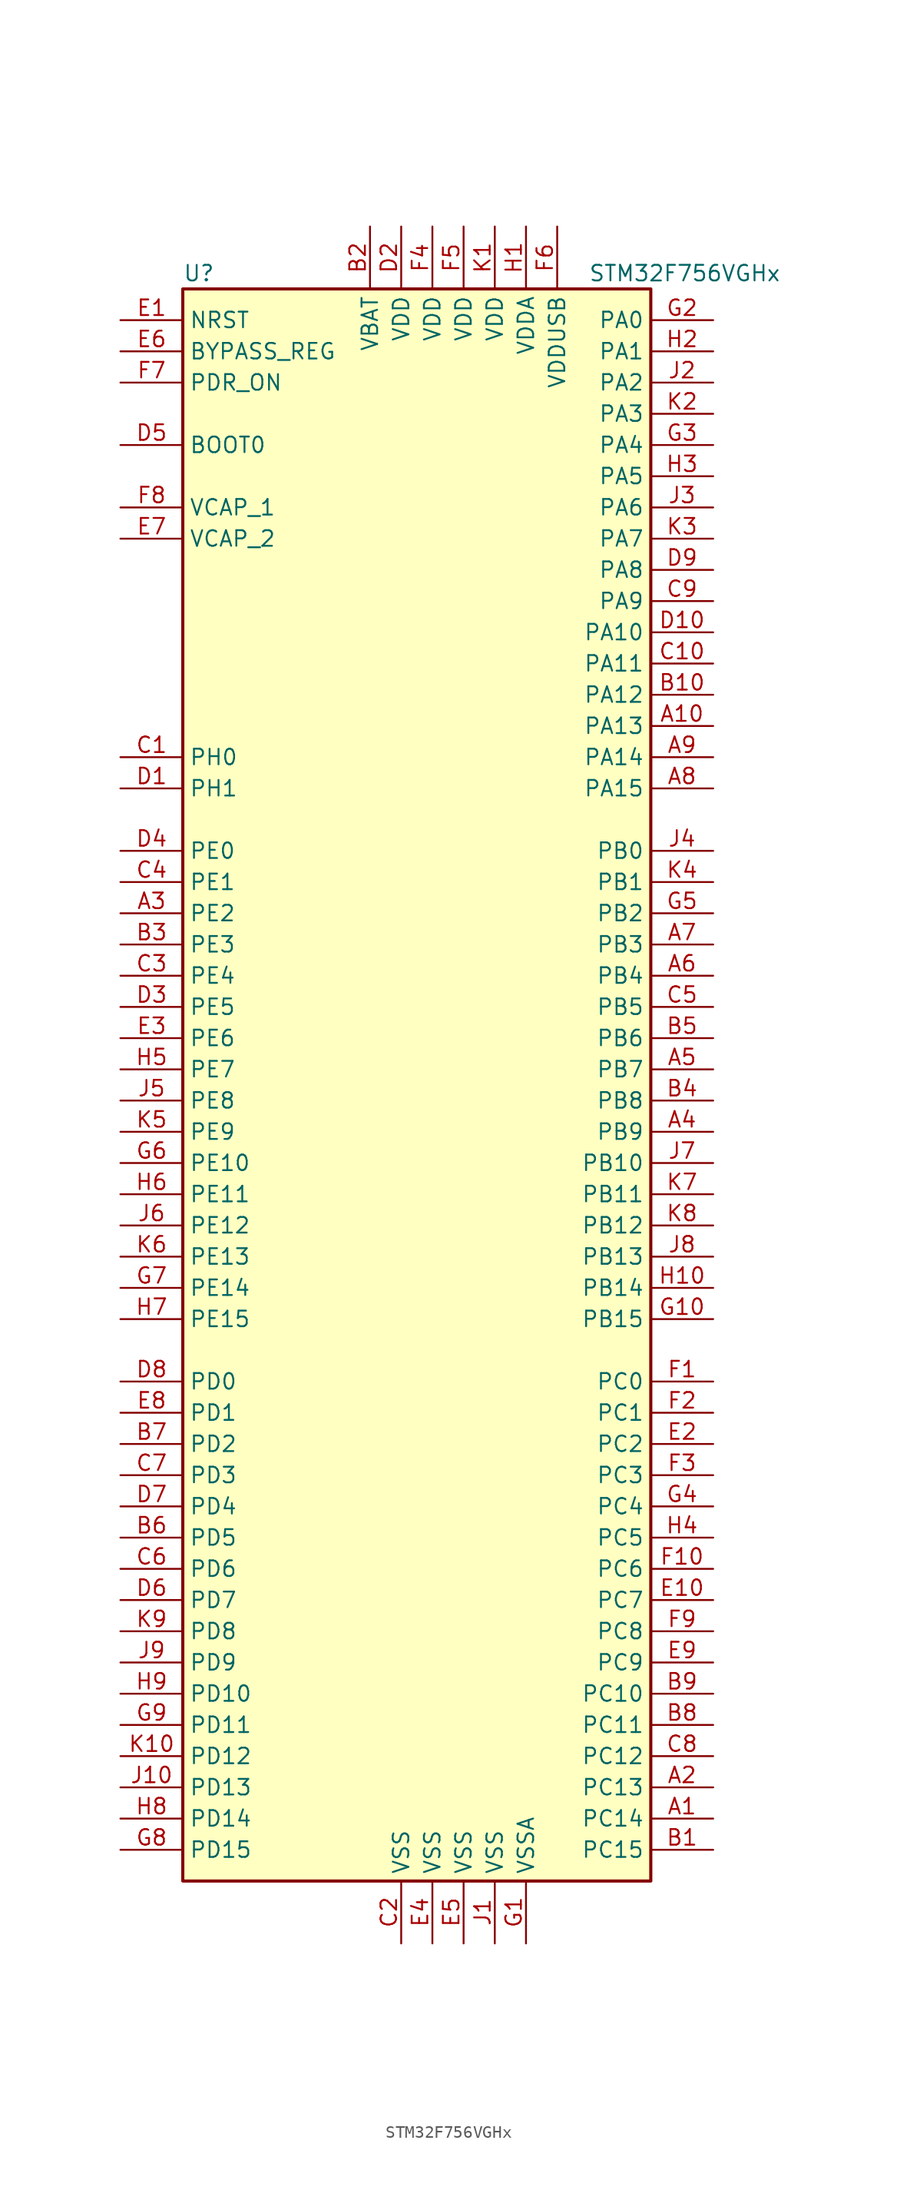
<source format=kicad_sym>
(kicad_symbol_lib
  (version 20201005)
  (generator kicad_symbol_editor)
  (symbol "STM32F756VGHx"
    (property "Reference" "U"
      (at -20.32 64.77 0)
      (effects (font (size 1.27 1.27)) (justify left)))
    (property "Value" "STM32F756VGHx"
      (at 12.7 64.77 0)
      (effects (font (size 1.27 1.27)) (justify left)))
    (symbol "STM32F756VGHx_0_1"
      (rectangle (start -20.32 -66.04) (end 17.78 63.5) (stroke (width 0.254)) (fill (type background))))
    (symbol "STM32F756VGHx_1_1"
      (pin bidirectional line (at 22.86 -60.96 180) (length 5.08) (name "PC14" (effects (font (size 1.27 1.27)))) (number "A1" (effects (font (size 1.27 1.27)))))
      (pin bidirectional line (at 22.86 27.94 180) (length 5.08) (name "PA13" (effects (font (size 1.27 1.27)))) (number "A10" (effects (font (size 1.27 1.27)))))
      (pin bidirectional line (at 22.86 -58.42 180) (length 5.08) (name "PC13" (effects (font (size 1.27 1.27)))) (number "A2" (effects (font (size 1.27 1.27)))))
      (pin bidirectional line (at -25.4 12.7 0) (length 5.08) (name "PE2" (effects (font (size 1.27 1.27)))) (number "A3" (effects (font (size 1.27 1.27)))))
      (pin bidirectional line (at 22.86 -5.08 180) (length 5.08) (name "PB9" (effects (font (size 1.27 1.27)))) (number "A4" (effects (font (size 1.27 1.27)))))
      (pin bidirectional line (at 22.86 0 180) (length 5.08) (name "PB7" (effects (font (size 1.27 1.27)))) (number "A5" (effects (font (size 1.27 1.27)))))
      (pin bidirectional line (at 22.86 7.62 180) (length 5.08) (name "PB4" (effects (font (size 1.27 1.27)))) (number "A6" (effects (font (size 1.27 1.27)))))
      (pin bidirectional line (at 22.86 10.16 180) (length 5.08) (name "PB3" (effects (font (size 1.27 1.27)))) (number "A7" (effects (font (size 1.27 1.27)))))
      (pin bidirectional line (at 22.86 22.86 180) (length 5.08) (name "PA15" (effects (font (size 1.27 1.27)))) (number "A8" (effects (font (size 1.27 1.27)))))
      (pin bidirectional line (at 22.86 25.4 180) (length 5.08) (name "PA14" (effects (font (size 1.27 1.27)))) (number "A9" (effects (font (size 1.27 1.27)))))
      (pin bidirectional line (at 22.86 -63.5 180) (length 5.08) (name "PC15" (effects (font (size 1.27 1.27)))) (number "B1" (effects (font (size 1.27 1.27)))))
      (pin bidirectional line (at 22.86 30.48 180) (length 5.08) (name "PA12" (effects (font (size 1.27 1.27)))) (number "B10" (effects (font (size 1.27 1.27)))))
      (pin power_in line (at -5.08 68.58 270) (length 5.08) (name "VBAT" (effects (font (size 1.27 1.27)))) (number "B2" (effects (font (size 1.27 1.27)))))
      (pin bidirectional line (at -25.4 10.16 0) (length 5.08) (name "PE3" (effects (font (size 1.27 1.27)))) (number "B3" (effects (font (size 1.27 1.27)))))
      (pin bidirectional line (at 22.86 -2.54 180) (length 5.08) (name "PB8" (effects (font (size 1.27 1.27)))) (number "B4" (effects (font (size 1.27 1.27)))))
      (pin bidirectional line (at 22.86 2.54 180) (length 5.08) (name "PB6" (effects (font (size 1.27 1.27)))) (number "B5" (effects (font (size 1.27 1.27)))))
      (pin bidirectional line (at -25.4 -38.1 0) (length 5.08) (name "PD5" (effects (font (size 1.27 1.27)))) (number "B6" (effects (font (size 1.27 1.27)))))
      (pin bidirectional line (at -25.4 -30.48 0) (length 5.08) (name "PD2" (effects (font (size 1.27 1.27)))) (number "B7" (effects (font (size 1.27 1.27)))))
      (pin bidirectional line (at 22.86 -53.34 180) (length 5.08) (name "PC11" (effects (font (size 1.27 1.27)))) (number "B8" (effects (font (size 1.27 1.27)))))
      (pin bidirectional line (at 22.86 -50.8 180) (length 5.08) (name "PC10" (effects (font (size 1.27 1.27)))) (number "B9" (effects (font (size 1.27 1.27)))))
      (pin input line (at -25.4 25.4 0) (length 5.08) (name "PH0" (effects (font (size 1.27 1.27)))) (number "C1" (effects (font (size 1.27 1.27)))))
      (pin bidirectional line (at 22.86 33.02 180) (length 5.08) (name "PA11" (effects (font (size 1.27 1.27)))) (number "C10" (effects (font (size 1.27 1.27)))))
      (pin power_in line (at -2.54 -71.12 90) (length 5.08) (name "VSS" (effects (font (size 1.27 1.27)))) (number "C2" (effects (font (size 1.27 1.27)))))
      (pin bidirectional line (at -25.4 7.62 0) (length 5.08) (name "PE4" (effects (font (size 1.27 1.27)))) (number "C3" (effects (font (size 1.27 1.27)))))
      (pin bidirectional line (at -25.4 15.24 0) (length 5.08) (name "PE1" (effects (font (size 1.27 1.27)))) (number "C4" (effects (font (size 1.27 1.27)))))
      (pin bidirectional line (at 22.86 5.08 180) (length 5.08) (name "PB5" (effects (font (size 1.27 1.27)))) (number "C5" (effects (font (size 1.27 1.27)))))
      (pin bidirectional line (at -25.4 -40.64 0) (length 5.08) (name "PD6" (effects (font (size 1.27 1.27)))) (number "C6" (effects (font (size 1.27 1.27)))))
      (pin bidirectional line (at -25.4 -33.02 0) (length 5.08) (name "PD3" (effects (font (size 1.27 1.27)))) (number "C7" (effects (font (size 1.27 1.27)))))
      (pin bidirectional line (at 22.86 -55.88 180) (length 5.08) (name "PC12" (effects (font (size 1.27 1.27)))) (number "C8" (effects (font (size 1.27 1.27)))))
      (pin bidirectional line (at 22.86 38.1 180) (length 5.08) (name "PA9" (effects (font (size 1.27 1.27)))) (number "C9" (effects (font (size 1.27 1.27)))))
      (pin input line (at -25.4 22.86 0) (length 5.08) (name "PH1" (effects (font (size 1.27 1.27)))) (number "D1" (effects (font (size 1.27 1.27)))))
      (pin bidirectional line (at 22.86 35.56 180) (length 5.08) (name "PA10" (effects (font (size 1.27 1.27)))) (number "D10" (effects (font (size 1.27 1.27)))))
      (pin power_in line (at -2.54 68.58 270) (length 5.08) (name "VDD" (effects (font (size 1.27 1.27)))) (number "D2" (effects (font (size 1.27 1.27)))))
      (pin bidirectional line (at -25.4 5.08 0) (length 5.08) (name "PE5" (effects (font (size 1.27 1.27)))) (number "D3" (effects (font (size 1.27 1.27)))))
      (pin bidirectional line (at -25.4 17.78 0) (length 5.08) (name "PE0" (effects (font (size 1.27 1.27)))) (number "D4" (effects (font (size 1.27 1.27)))))
      (pin input line (at -25.4 50.8 0) (length 5.08) (name "BOOT0" (effects (font (size 1.27 1.27)))) (number "D5" (effects (font (size 1.27 1.27)))))
      (pin bidirectional line (at -25.4 -43.18 0) (length 5.08) (name "PD7" (effects (font (size 1.27 1.27)))) (number "D6" (effects (font (size 1.27 1.27)))))
      (pin bidirectional line (at -25.4 -35.56 0) (length 5.08) (name "PD4" (effects (font (size 1.27 1.27)))) (number "D7" (effects (font (size 1.27 1.27)))))
      (pin bidirectional line (at -25.4 -25.4 0) (length 5.08) (name "PD0" (effects (font (size 1.27 1.27)))) (number "D8" (effects (font (size 1.27 1.27)))))
      (pin bidirectional line (at 22.86 40.64 180) (length 5.08) (name "PA8" (effects (font (size 1.27 1.27)))) (number "D9" (effects (font (size 1.27 1.27)))))
      (pin input line (at -25.4 60.96 0) (length 5.08) (name "NRST" (effects (font (size 1.27 1.27)))) (number "E1" (effects (font (size 1.27 1.27)))))
      (pin bidirectional line (at 22.86 -43.18 180) (length 5.08) (name "PC7" (effects (font (size 1.27 1.27)))) (number "E10" (effects (font (size 1.27 1.27)))))
      (pin bidirectional line (at 22.86 -30.48 180) (length 5.08) (name "PC2" (effects (font (size 1.27 1.27)))) (number "E2" (effects (font (size 1.27 1.27)))))
      (pin bidirectional line (at -25.4 2.54 0) (length 5.08) (name "PE6" (effects (font (size 1.27 1.27)))) (number "E3" (effects (font (size 1.27 1.27)))))
      (pin power_in line (at 0 -71.12 90) (length 5.08) (name "VSS" (effects (font (size 1.27 1.27)))) (number "E4" (effects (font (size 1.27 1.27)))))
      (pin power_in line (at 2.54 -71.12 90) (length 5.08) (name "VSS" (effects (font (size 1.27 1.27)))) (number "E5" (effects (font (size 1.27 1.27)))))
      (pin input line (at -25.4 58.42 0) (length 5.08) (name "BYPASS_REG" (effects (font (size 1.27 1.27)))) (number "E6" (effects (font (size 1.27 1.27)))))
      (pin power_in line (at -25.4 43.18 0) (length 5.08) (name "VCAP_2" (effects (font (size 1.27 1.27)))) (number "E7" (effects (font (size 1.27 1.27)))))
      (pin bidirectional line (at -25.4 -27.94 0) (length 5.08) (name "PD1" (effects (font (size 1.27 1.27)))) (number "E8" (effects (font (size 1.27 1.27)))))
      (pin bidirectional line (at 22.86 -48.26 180) (length 5.08) (name "PC9" (effects (font (size 1.27 1.27)))) (number "E9" (effects (font (size 1.27 1.27)))))
      (pin bidirectional line (at 22.86 -25.4 180) (length 5.08) (name "PC0" (effects (font (size 1.27 1.27)))) (number "F1" (effects (font (size 1.27 1.27)))))
      (pin bidirectional line (at 22.86 -40.64 180) (length 5.08) (name "PC6" (effects (font (size 1.27 1.27)))) (number "F10" (effects (font (size 1.27 1.27)))))
      (pin bidirectional line (at 22.86 -27.94 180) (length 5.08) (name "PC1" (effects (font (size 1.27 1.27)))) (number "F2" (effects (font (size 1.27 1.27)))))
      (pin bidirectional line (at 22.86 -33.02 180) (length 5.08) (name "PC3" (effects (font (size 1.27 1.27)))) (number "F3" (effects (font (size 1.27 1.27)))))
      (pin power_in line (at 0 68.58 270) (length 5.08) (name "VDD" (effects (font (size 1.27 1.27)))) (number "F4" (effects (font (size 1.27 1.27)))))
      (pin power_in line (at 2.54 68.58 270) (length 5.08) (name "VDD" (effects (font (size 1.27 1.27)))) (number "F5" (effects (font (size 1.27 1.27)))))
      (pin power_in line (at 10.16 68.58 270) (length 5.08) (name "VDDUSB" (effects (font (size 1.27 1.27)))) (number "F6" (effects (font (size 1.27 1.27)))))
      (pin input line (at -25.4 55.88 0) (length 5.08) (name "PDR_ON" (effects (font (size 1.27 1.27)))) (number "F7" (effects (font (size 1.27 1.27)))))
      (pin power_in line (at -25.4 45.72 0) (length 5.08) (name "VCAP_1" (effects (font (size 1.27 1.27)))) (number "F8" (effects (font (size 1.27 1.27)))))
      (pin bidirectional line (at 22.86 -45.72 180) (length 5.08) (name "PC8" (effects (font (size 1.27 1.27)))) (number "F9" (effects (font (size 1.27 1.27)))))
      (pin power_in line (at 7.62 -71.12 90) (length 5.08) (name "VSSA" (effects (font (size 1.27 1.27)))) (number "G1" (effects (font (size 1.27 1.27)))))
      (pin bidirectional line (at 22.86 -20.32 180) (length 5.08) (name "PB15" (effects (font (size 1.27 1.27)))) (number "G10" (effects (font (size 1.27 1.27)))))
      (pin bidirectional line (at 22.86 60.96 180) (length 5.08) (name "PA0" (effects (font (size 1.27 1.27)))) (number "G2" (effects (font (size 1.27 1.27)))))
      (pin bidirectional line (at 22.86 50.8 180) (length 5.08) (name "PA4" (effects (font (size 1.27 1.27)))) (number "G3" (effects (font (size 1.27 1.27)))))
      (pin bidirectional line (at 22.86 -35.56 180) (length 5.08) (name "PC4" (effects (font (size 1.27 1.27)))) (number "G4" (effects (font (size 1.27 1.27)))))
      (pin bidirectional line (at 22.86 12.7 180) (length 5.08) (name "PB2" (effects (font (size 1.27 1.27)))) (number "G5" (effects (font (size 1.27 1.27)))))
      (pin bidirectional line (at -25.4 -7.62 0) (length 5.08) (name "PE10" (effects (font (size 1.27 1.27)))) (number "G6" (effects (font (size 1.27 1.27)))))
      (pin bidirectional line (at -25.4 -17.78 0) (length 5.08) (name "PE14" (effects (font (size 1.27 1.27)))) (number "G7" (effects (font (size 1.27 1.27)))))
      (pin bidirectional line (at -25.4 -63.5 0) (length 5.08) (name "PD15" (effects (font (size 1.27 1.27)))) (number "G8" (effects (font (size 1.27 1.27)))))
      (pin bidirectional line (at -25.4 -53.34 0) (length 5.08) (name "PD11" (effects (font (size 1.27 1.27)))) (number "G9" (effects (font (size 1.27 1.27)))))
      (pin power_in line (at 7.62 68.58 270) (length 5.08) (name "VDDA" (effects (font (size 1.27 1.27)))) (number "H1" (effects (font (size 1.27 1.27)))))
      (pin bidirectional line (at 22.86 -17.78 180) (length 5.08) (name "PB14" (effects (font (size 1.27 1.27)))) (number "H10" (effects (font (size 1.27 1.27)))))
      (pin bidirectional line (at 22.86 58.42 180) (length 5.08) (name "PA1" (effects (font (size 1.27 1.27)))) (number "H2" (effects (font (size 1.27 1.27)))))
      (pin bidirectional line (at 22.86 48.26 180) (length 5.08) (name "PA5" (effects (font (size 1.27 1.27)))) (number "H3" (effects (font (size 1.27 1.27)))))
      (pin bidirectional line (at 22.86 -38.1 180) (length 5.08) (name "PC5" (effects (font (size 1.27 1.27)))) (number "H4" (effects (font (size 1.27 1.27)))))
      (pin bidirectional line (at -25.4 0 0) (length 5.08) (name "PE7" (effects (font (size 1.27 1.27)))) (number "H5" (effects (font (size 1.27 1.27)))))
      (pin bidirectional line (at -25.4 -10.16 0) (length 5.08) (name "PE11" (effects (font (size 1.27 1.27)))) (number "H6" (effects (font (size 1.27 1.27)))))
      (pin bidirectional line (at -25.4 -20.32 0) (length 5.08) (name "PE15" (effects (font (size 1.27 1.27)))) (number "H7" (effects (font (size 1.27 1.27)))))
      (pin bidirectional line (at -25.4 -60.96 0) (length 5.08) (name "PD14" (effects (font (size 1.27 1.27)))) (number "H8" (effects (font (size 1.27 1.27)))))
      (pin bidirectional line (at -25.4 -50.8 0) (length 5.08) (name "PD10" (effects (font (size 1.27 1.27)))) (number "H9" (effects (font (size 1.27 1.27)))))
      (pin power_in line (at 5.08 -71.12 90) (length 5.08) (name "VSS" (effects (font (size 1.27 1.27)))) (number "J1" (effects (font (size 1.27 1.27)))))
      (pin bidirectional line (at -25.4 -58.42 0) (length 5.08) (name "PD13" (effects (font (size 1.27 1.27)))) (number "J10" (effects (font (size 1.27 1.27)))))
      (pin bidirectional line (at 22.86 55.88 180) (length 5.08) (name "PA2" (effects (font (size 1.27 1.27)))) (number "J2" (effects (font (size 1.27 1.27)))))
      (pin bidirectional line (at 22.86 45.72 180) (length 5.08) (name "PA6" (effects (font (size 1.27 1.27)))) (number "J3" (effects (font (size 1.27 1.27)))))
      (pin bidirectional line (at 22.86 17.78 180) (length 5.08) (name "PB0" (effects (font (size 1.27 1.27)))) (number "J4" (effects (font (size 1.27 1.27)))))
      (pin bidirectional line (at -25.4 -2.54 0) (length 5.08) (name "PE8" (effects (font (size 1.27 1.27)))) (number "J5" (effects (font (size 1.27 1.27)))))
      (pin bidirectional line (at -25.4 -12.7 0) (length 5.08) (name "PE12" (effects (font (size 1.27 1.27)))) (number "J6" (effects (font (size 1.27 1.27)))))
      (pin bidirectional line (at 22.86 -7.62 180) (length 5.08) (name "PB10" (effects (font (size 1.27 1.27)))) (number "J7" (effects (font (size 1.27 1.27)))))
      (pin bidirectional line (at 22.86 -15.24 180) (length 5.08) (name "PB13" (effects (font (size 1.27 1.27)))) (number "J8" (effects (font (size 1.27 1.27)))))
      (pin bidirectional line (at -25.4 -48.26 0) (length 5.08) (name "PD9" (effects (font (size 1.27 1.27)))) (number "J9" (effects (font (size 1.27 1.27)))))
      (pin power_in line (at 5.08 68.58 270) (length 5.08) (name "VDD" (effects (font (size 1.27 1.27)))) (number "K1" (effects (font (size 1.27 1.27)))))
      (pin bidirectional line (at -25.4 -55.88 0) (length 5.08) (name "PD12" (effects (font (size 1.27 1.27)))) (number "K10" (effects (font (size 1.27 1.27)))))
      (pin bidirectional line (at 22.86 53.34 180) (length 5.08) (name "PA3" (effects (font (size 1.27 1.27)))) (number "K2" (effects (font (size 1.27 1.27)))))
      (pin bidirectional line (at 22.86 43.18 180) (length 5.08) (name "PA7" (effects (font (size 1.27 1.27)))) (number "K3" (effects (font (size 1.27 1.27)))))
      (pin bidirectional line (at 22.86 15.24 180) (length 5.08) (name "PB1" (effects (font (size 1.27 1.27)))) (number "K4" (effects (font (size 1.27 1.27)))))
      (pin bidirectional line (at -25.4 -5.08 0) (length 5.08) (name "PE9" (effects (font (size 1.27 1.27)))) (number "K5" (effects (font (size 1.27 1.27)))))
      (pin bidirectional line (at -25.4 -15.24 0) (length 5.08) (name "PE13" (effects (font (size 1.27 1.27)))) (number "K6" (effects (font (size 1.27 1.27)))))
      (pin bidirectional line (at 22.86 -10.16 180) (length 5.08) (name "PB11" (effects (font (size 1.27 1.27)))) (number "K7" (effects (font (size 1.27 1.27)))))
      (pin bidirectional line (at 22.86 -12.7 180) (length 5.08) (name "PB12" (effects (font (size 1.27 1.27)))) (number "K8" (effects (font (size 1.27 1.27)))))
      (pin bidirectional line (at -25.4 -45.72 0) (length 5.08) (name "PD8" (effects (font (size 1.27 1.27)))) (number "K9" (effects (font (size 1.27 1.27))))))))
</source>
